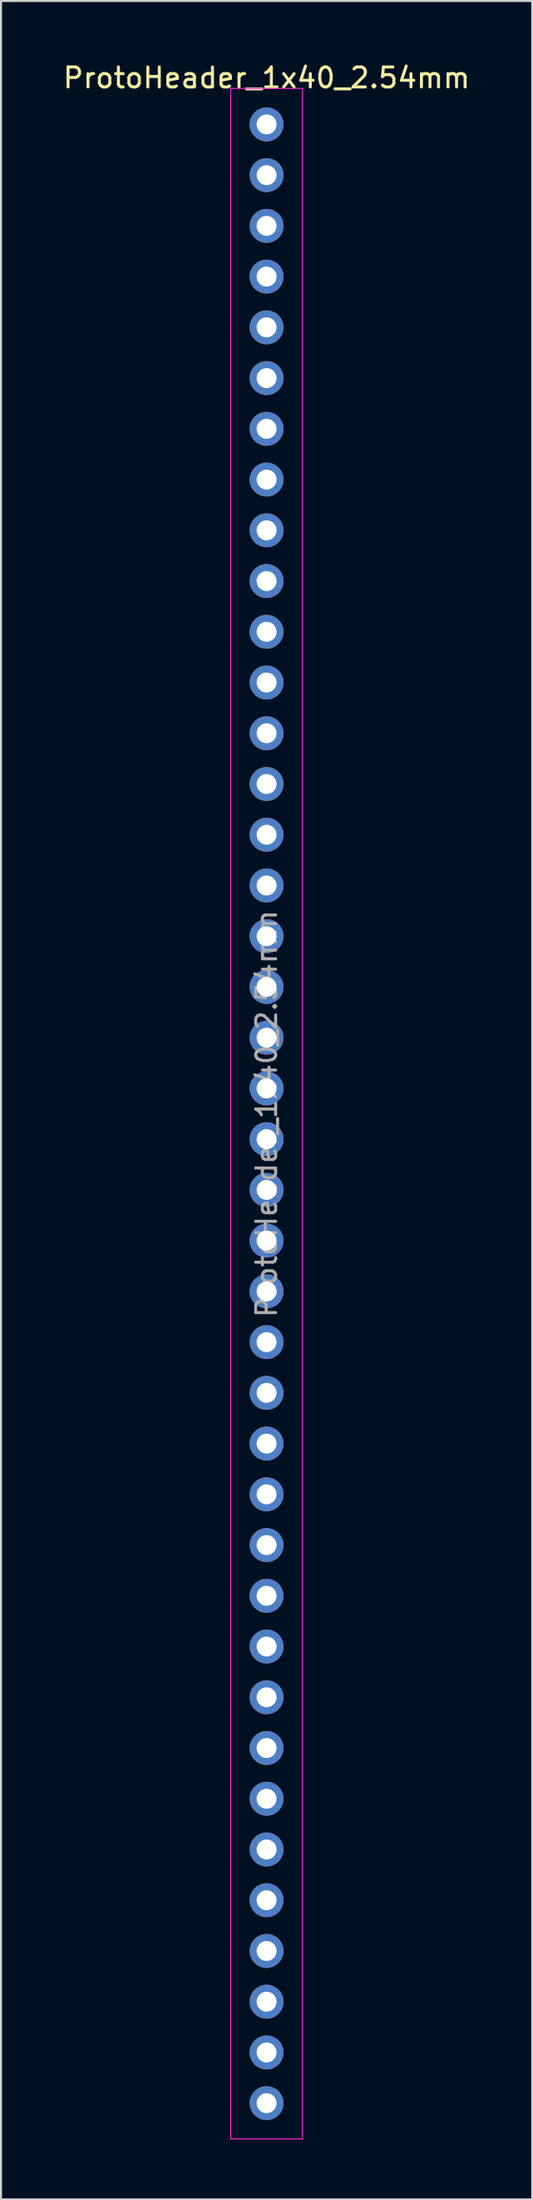
<source format=kicad_pcb>
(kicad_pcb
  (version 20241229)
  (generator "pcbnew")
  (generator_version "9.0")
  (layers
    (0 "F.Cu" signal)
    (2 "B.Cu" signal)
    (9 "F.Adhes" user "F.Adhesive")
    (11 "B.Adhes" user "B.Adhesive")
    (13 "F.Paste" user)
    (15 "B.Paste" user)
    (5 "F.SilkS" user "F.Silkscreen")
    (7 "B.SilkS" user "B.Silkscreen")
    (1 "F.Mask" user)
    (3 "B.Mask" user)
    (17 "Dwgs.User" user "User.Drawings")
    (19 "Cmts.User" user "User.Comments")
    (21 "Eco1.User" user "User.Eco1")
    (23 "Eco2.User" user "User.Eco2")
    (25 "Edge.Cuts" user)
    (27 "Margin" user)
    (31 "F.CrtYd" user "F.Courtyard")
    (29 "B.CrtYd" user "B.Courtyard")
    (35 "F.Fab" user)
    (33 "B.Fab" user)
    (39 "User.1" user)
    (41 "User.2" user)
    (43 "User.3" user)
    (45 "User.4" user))
  (footprint "ProtoHeader_1x40_2.54mm"
    (layer "F.Cu")
    (at 10.315 3.178)
    (property "Reference" "ProtoHeader_1x40_2.54mm" (at 0 -2.33 0) (layer "F.SilkS") (effects (font (size 1 1) (thickness 0.15))))
    (attr through_hole)
    (fp_line (start -1.8 -1.8) (end -1.8 100.85) (stroke (width 0.05) (type solid)) (layer "F.CrtYd"))
    (fp_line (start -1.8 100.85) (end 1.8 100.85) (stroke (width 0.05) (type solid)) (layer "F.CrtYd"))
    (fp_line (start 1.8 -1.8) (end -1.8 -1.8) (stroke (width 0.05) (type solid)) (layer "F.CrtYd"))
    (fp_line (start 1.8 100.85) (end 1.8 -1.8) (stroke (width 0.05) (type solid)) (layer "F.CrtYd"))
    (fp_text user "${REFERENCE}" (at 0 49.53 90) (layer "F.Fab") (effects (font (size 1 1) (thickness 0.15))))
    (pad "1" thru_hole circle (at 0 0) (size 1.7 1.7) (drill 1) (layers "*.Cu" "*.Mask"))
    (pad "2" thru_hole oval (at 0 2.54) (size 1.7 1.7) (drill 1) (layers "*.Cu" "*.Mask"))
    (pad "3" thru_hole oval (at 0 5.08) (size 1.7 1.7) (drill 1) (layers "*.Cu" "*.Mask"))
    (pad "4" thru_hole oval (at 0 7.62) (size 1.7 1.7) (drill 1) (layers "*.Cu" "*.Mask"))
    (pad "5" thru_hole oval (at 0 10.16) (size 1.7 1.7) (drill 1) (layers "*.Cu" "*.Mask"))
    (pad "6" thru_hole oval (at 0 12.7) (size 1.7 1.7) (drill 1) (layers "*.Cu" "*.Mask"))
    (pad "7" thru_hole oval (at 0 15.24) (size 1.7 1.7) (drill 1) (layers "*.Cu" "*.Mask"))
    (pad "8" thru_hole oval (at 0 17.78) (size 1.7 1.7) (drill 1) (layers "*.Cu" "*.Mask"))
    (pad "9" thru_hole oval (at 0 20.32) (size 1.7 1.7) (drill 1) (layers "*.Cu" "*.Mask"))
    (pad "10" thru_hole oval (at 0 22.86) (size 1.7 1.7) (drill 1) (layers "*.Cu" "*.Mask"))
    (pad "11" thru_hole oval (at 0 25.4) (size 1.7 1.7) (drill 1) (layers "*.Cu" "*.Mask"))
    (pad "12" thru_hole oval (at 0 27.94) (size 1.7 1.7) (drill 1) (layers "*.Cu" "*.Mask"))
    (pad "13" thru_hole oval (at 0 30.48) (size 1.7 1.7) (drill 1) (layers "*.Cu" "*.Mask"))
    (pad "14" thru_hole oval (at 0 33.02) (size 1.7 1.7) (drill 1) (layers "*.Cu" "*.Mask"))
    (pad "15" thru_hole oval (at 0 35.56) (size 1.7 1.7) (drill 1) (layers "*.Cu" "*.Mask"))
    (pad "16" thru_hole oval (at 0 38.1) (size 1.7 1.7) (drill 1) (layers "*.Cu" "*.Mask"))
    (pad "17" thru_hole oval (at 0 40.64) (size 1.7 1.7) (drill 1) (layers "*.Cu" "*.Mask"))
    (pad "18" thru_hole oval (at 0 43.18) (size 1.7 1.7) (drill 1) (layers "*.Cu" "*.Mask"))
    (pad "19" thru_hole oval (at 0 45.72) (size 1.7 1.7) (drill 1) (layers "*.Cu" "*.Mask"))
    (pad "20" thru_hole oval (at 0 48.26) (size 1.7 1.7) (drill 1) (layers "*.Cu" "*.Mask"))
    (pad "21" thru_hole oval (at 0 50.8) (size 1.7 1.7) (drill 1) (layers "*.Cu" "*.Mask"))
    (pad "22" thru_hole oval (at 0 53.34) (size 1.7 1.7) (drill 1) (layers "*.Cu" "*.Mask"))
    (pad "23" thru_hole oval (at 0 55.88) (size 1.7 1.7) (drill 1) (layers "*.Cu" "*.Mask"))
    (pad "24" thru_hole oval (at 0 58.42) (size 1.7 1.7) (drill 1) (layers "*.Cu" "*.Mask"))
    (pad "25" thru_hole oval (at 0 60.96) (size 1.7 1.7) (drill 1) (layers "*.Cu" "*.Mask"))
    (pad "26" thru_hole oval (at 0 63.5) (size 1.7 1.7) (drill 1) (layers "*.Cu" "*.Mask"))
    (pad "27" thru_hole oval (at 0 66.04) (size 1.7 1.7) (drill 1) (layers "*.Cu" "*.Mask"))
    (pad "28" thru_hole oval (at 0 68.58) (size 1.7 1.7) (drill 1) (layers "*.Cu" "*.Mask"))
    (pad "29" thru_hole oval (at 0 71.12) (size 1.7 1.7) (drill 1) (layers "*.Cu" "*.Mask"))
    (pad "30" thru_hole oval (at 0 73.66) (size 1.7 1.7) (drill 1) (layers "*.Cu" "*.Mask"))
    (pad "31" thru_hole oval (at 0 76.2) (size 1.7 1.7) (drill 1) (layers "*.Cu" "*.Mask"))
    (pad "32" thru_hole oval (at 0 78.74) (size 1.7 1.7) (drill 1) (layers "*.Cu" "*.Mask"))
    (pad "33" thru_hole oval (at 0 81.28) (size 1.7 1.7) (drill 1) (layers "*.Cu" "*.Mask"))
    (pad "34" thru_hole oval (at 0 83.82) (size 1.7 1.7) (drill 1) (layers "*.Cu" "*.Mask"))
    (pad "35" thru_hole oval (at 0 86.36) (size 1.7 1.7) (drill 1) (layers "*.Cu" "*.Mask"))
    (pad "36" thru_hole oval (at 0 88.9) (size 1.7 1.7) (drill 1) (layers "*.Cu" "*.Mask"))
    (pad "37" thru_hole oval (at 0 91.44) (size 1.7 1.7) (drill 1) (layers "*.Cu" "*.Mask"))
    (pad "38" thru_hole oval (at 0 93.98) (size 1.7 1.7) (drill 1) (layers "*.Cu" "*.Mask"))
    (pad "39" thru_hole oval (at 0 96.52) (size 1.7 1.7) (drill 1) (layers "*.Cu" "*.Mask"))
    (pad "40" thru_hole oval (at 0 99.06) (size 1.7 1.7) (drill 1) (layers "*.Cu" "*.Mask")))
  (gr_rect
    (start -3 -3)
    (end 23.631 107.053)
    (stroke (width 0.1) (type default))
    (fill no)
    (layer "Edge.Cuts")))
</source>
